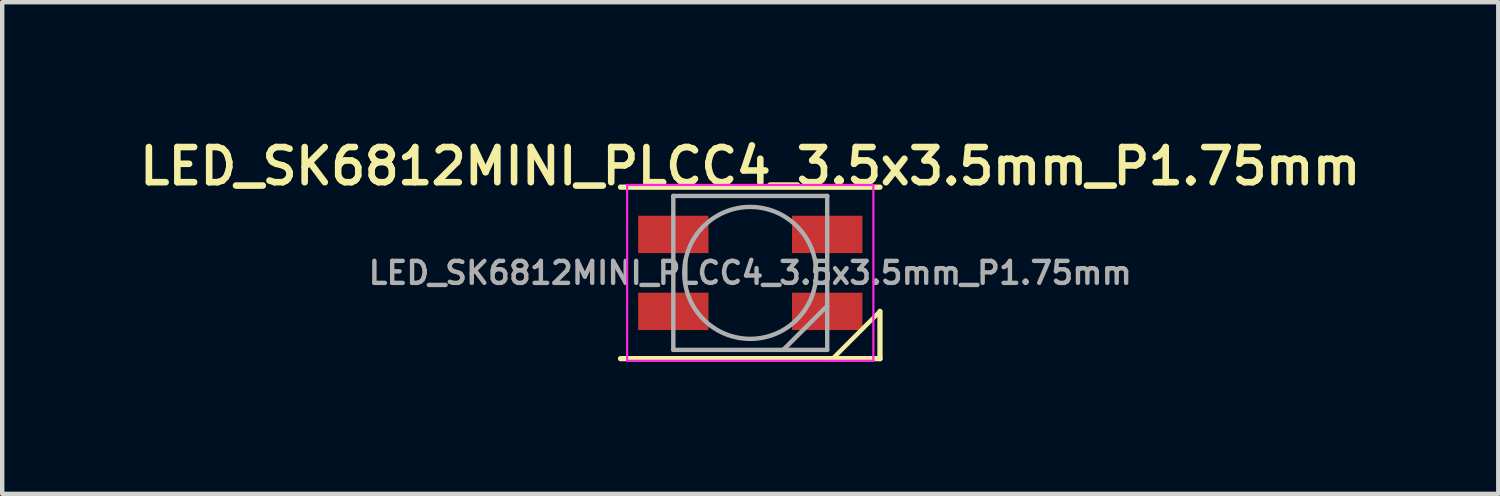
<source format=kicad_pcb>
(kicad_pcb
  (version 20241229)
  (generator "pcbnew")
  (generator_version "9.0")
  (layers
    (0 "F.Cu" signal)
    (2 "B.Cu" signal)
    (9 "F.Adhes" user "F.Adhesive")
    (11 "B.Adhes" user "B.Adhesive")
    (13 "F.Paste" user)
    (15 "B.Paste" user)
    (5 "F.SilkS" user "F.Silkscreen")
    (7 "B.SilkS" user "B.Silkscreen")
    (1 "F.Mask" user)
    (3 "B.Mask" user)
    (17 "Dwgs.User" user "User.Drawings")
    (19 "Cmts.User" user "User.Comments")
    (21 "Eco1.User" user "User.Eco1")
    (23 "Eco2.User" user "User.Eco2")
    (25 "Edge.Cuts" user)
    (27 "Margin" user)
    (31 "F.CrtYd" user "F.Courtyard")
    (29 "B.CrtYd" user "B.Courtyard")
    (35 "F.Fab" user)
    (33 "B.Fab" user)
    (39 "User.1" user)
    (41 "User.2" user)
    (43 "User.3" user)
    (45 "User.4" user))
  (footprint "LED_SK6812MINI_PLCC4_3.5x3.5mm_P1.75mm"
    (layer "F.Cu")
    (at 14.012 3.156)
    (property "Reference" "LED_SK6812MINI_PLCC4_3.5x3.5mm_P1.75mm" (at 0 -2.425 0) (layer "F.SilkS") (effects (font (size 0.8 0.8) (thickness 0.15))))
    (attr smd)
    (fp_line (start -2.95 -1.95) (end 2.95 -1.95) (stroke (width 0.12) (type solid)) (layer "F.SilkS"))
    (fp_line (start -2.95 1.95) (end 2.95 1.95) (stroke (width 0.12) (type solid)) (layer "F.SilkS"))
    (fp_line (start 2.95 0.875) (end 1.85 1.975) (stroke (width 0.1) (type default)) (layer "F.SilkS"))
    (fp_line (start 2.95 1.95) (end 2.95 0.875) (stroke (width 0.12) (type solid)) (layer "F.SilkS"))
    (fp_line (start -2.8 -2) (end -2.8 2) (stroke (width 0.05) (type solid)) (layer "F.CrtYd"))
    (fp_line (start -2.8 2) (end 2.8 2) (stroke (width 0.05) (type solid)) (layer "F.CrtYd"))
    (fp_line (start 2.8 -2) (end -2.8 -2) (stroke (width 0.05) (type solid)) (layer "F.CrtYd"))
    (fp_line (start 2.8 2) (end 2.8 -2) (stroke (width 0.05) (type solid)) (layer "F.CrtYd"))
    (fp_line (start -1.75 -1.75) (end -1.75 1.75) (stroke (width 0.1) (type solid)) (layer "F.Fab"))
    (fp_line (start -1.75 1.75) (end 1.75 1.75) (stroke (width 0.1) (type solid)) (layer "F.Fab"))
    (fp_line (start 1.75 -1.75) (end -1.75 -1.75) (stroke (width 0.1) (type solid)) (layer "F.Fab"))
    (fp_line (start 1.75 0.75) (end 0.75 1.75) (stroke (width 0.1) (type solid)) (layer "F.Fab"))
    (fp_line (start 1.75 1.75) (end 1.75 -1.75) (stroke (width 0.1) (type solid)) (layer "F.Fab"))
    (fp_circle (center 0 0) (end 0 -1.5) (stroke (width 0.1) (type solid)) (fill no) (layer "F.Fab"))
    (fp_text user "${REFERENCE}" (at 0 0 0) (layer "F.Fab") (effects (font (size 0.5 0.5) (thickness 0.1))))
    (pad "1" smd rect (at -1.75 -0.875) (size 1.6 0.85) (layers "F.Cu" "F.Mask" "F.Paste"))
    (pad "2" smd rect (at -1.75 0.875) (size 1.6 0.85) (layers "F.Cu" "F.Mask" "F.Paste"))
    (pad "3" smd rect (at 1.75 0.875) (size 1.6 0.85) (layers "F.Cu" "F.Mask" "F.Paste"))
    (pad "4" smd rect (at 1.75 -0.875) (size 1.6 0.85) (layers "F.Cu" "F.Mask" "F.Paste")))
  (gr_rect
    (start -3 -3)
    (end 31.023 8.181)
    (stroke (width 0.1) (type default))
    (fill no)
    (layer "Edge.Cuts")))
</source>
